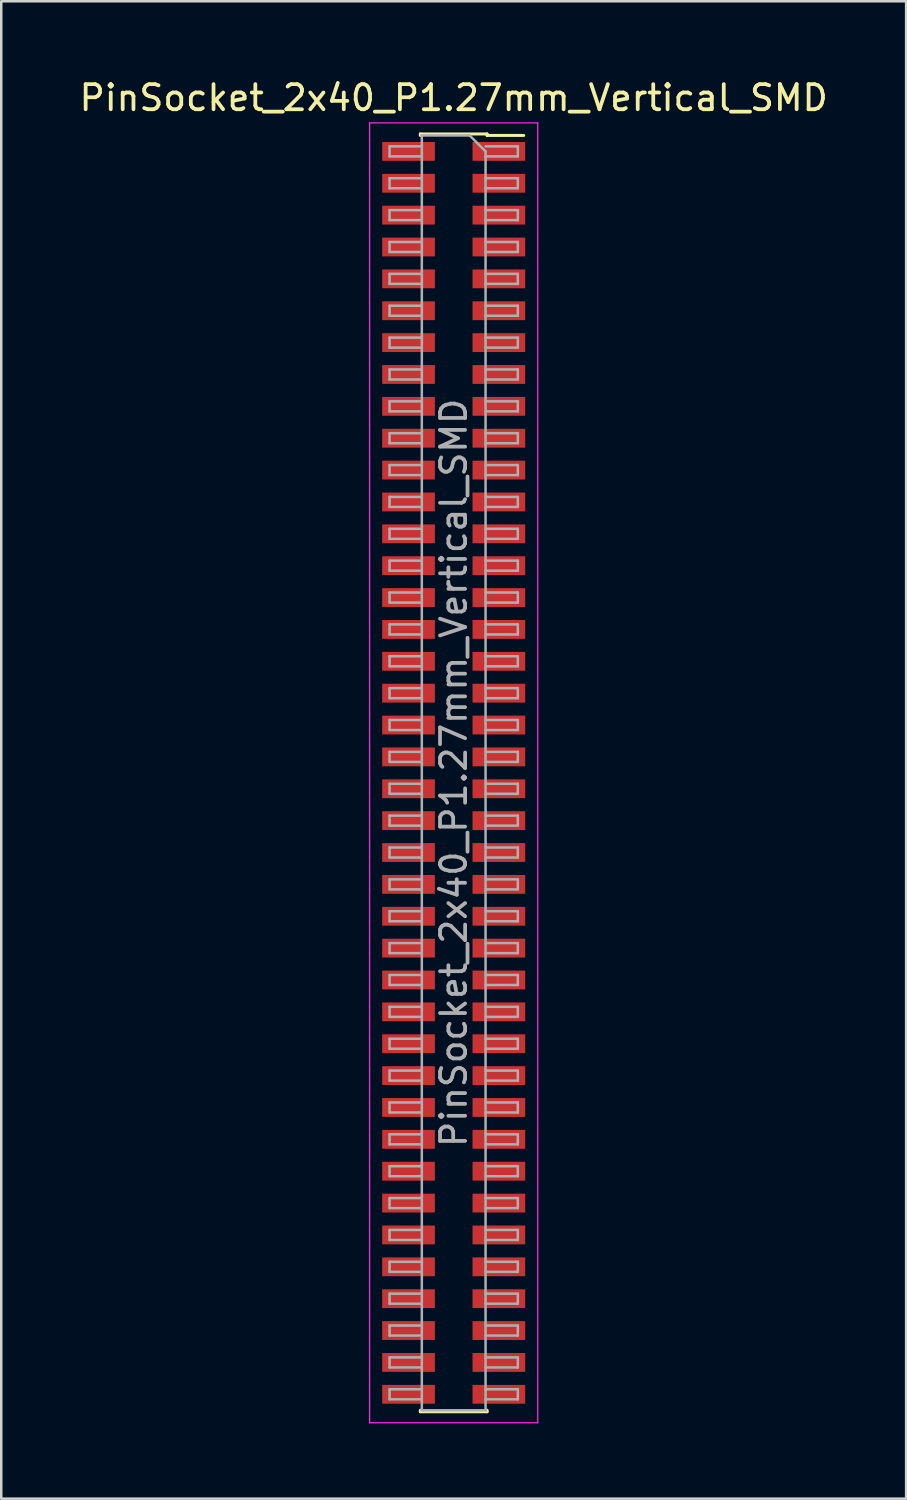
<source format=kicad_pcb>
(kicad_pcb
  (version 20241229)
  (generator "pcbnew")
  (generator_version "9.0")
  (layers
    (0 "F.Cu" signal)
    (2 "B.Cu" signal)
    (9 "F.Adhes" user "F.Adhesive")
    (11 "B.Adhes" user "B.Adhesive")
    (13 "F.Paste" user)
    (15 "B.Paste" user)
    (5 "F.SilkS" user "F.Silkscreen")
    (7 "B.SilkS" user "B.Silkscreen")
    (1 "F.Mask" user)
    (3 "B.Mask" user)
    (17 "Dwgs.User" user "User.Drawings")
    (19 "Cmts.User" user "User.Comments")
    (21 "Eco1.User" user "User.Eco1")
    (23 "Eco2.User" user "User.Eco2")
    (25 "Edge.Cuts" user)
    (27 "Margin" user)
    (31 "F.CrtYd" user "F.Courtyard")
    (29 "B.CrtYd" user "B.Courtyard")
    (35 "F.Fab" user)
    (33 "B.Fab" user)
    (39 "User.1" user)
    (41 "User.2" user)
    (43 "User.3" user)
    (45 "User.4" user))
  (footprint "PinSocket_2x40_P1.27mm_Vertical_SMD"
    (layer "F.Cu")
    (at 15.03 27.748)
    (property "Reference" "PinSocket_2x40_P1.27mm_Vertical_SMD" (at 0 -26.9 0) (layer "F.SilkS") (effects (font (size 1 1) (thickness 0.15))))
    (attr smd)
    (fp_line (start -1.33 -25.46) (end -1.33 -25.4) (stroke (width 0.12) (type solid)) (layer "F.SilkS"))
    (fp_line (start -1.33 -25.46) (end 1.33 -25.46) (stroke (width 0.12) (type solid)) (layer "F.SilkS"))
    (fp_line (start -1.33 25.4) (end -1.33 25.46) (stroke (width 0.12) (type solid)) (layer "F.SilkS"))
    (fp_line (start -1.33 25.46) (end 1.33 25.46) (stroke (width 0.12) (type solid)) (layer "F.SilkS"))
    (fp_line (start 1.33 -25.46) (end 1.33 -25.4) (stroke (width 0.12) (type solid)) (layer "F.SilkS"))
    (fp_line (start 1.33 -25.4) (end 2.79 -25.4) (stroke (width 0.12) (type solid)) (layer "F.SilkS"))
    (fp_line (start 1.33 25.4) (end 1.33 25.46) (stroke (width 0.12) (type solid)) (layer "F.SilkS"))
    (fp_line (start -3.35 -25.9) (end 3.35 -25.9) (stroke (width 0.05) (type solid)) (layer "F.CrtYd"))
    (fp_line (start -3.35 25.9) (end -3.35 -25.9) (stroke (width 0.05) (type solid)) (layer "F.CrtYd"))
    (fp_line (start 3.35 -25.9) (end 3.35 25.9) (stroke (width 0.05) (type solid)) (layer "F.CrtYd"))
    (fp_line (start 3.35 25.9) (end -3.35 25.9) (stroke (width 0.05) (type solid)) (layer "F.CrtYd"))
    (fp_line (start -2.555 -24.965) (end -1.27 -24.965) (stroke (width 0.1) (type solid)) (layer "F.Fab"))
    (fp_line (start -2.555 -24.565) (end -2.555 -24.965) (stroke (width 0.1) (type solid)) (layer "F.Fab"))
    (fp_line (start -2.555 -23.695) (end -1.27 -23.695) (stroke (width 0.1) (type solid)) (layer "F.Fab"))
    (fp_line (start -2.555 -23.295) (end -2.555 -23.695) (stroke (width 0.1) (type solid)) (layer "F.Fab"))
    (fp_line (start -2.555 -22.425) (end -1.27 -22.425) (stroke (width 0.1) (type solid)) (layer "F.Fab"))
    (fp_line (start -2.555 -22.025) (end -2.555 -22.425) (stroke (width 0.1) (type solid)) (layer "F.Fab"))
    (fp_line (start -2.555 -21.155) (end -1.27 -21.155) (stroke (width 0.1) (type solid)) (layer "F.Fab"))
    (fp_line (start -2.555 -20.755) (end -2.555 -21.155) (stroke (width 0.1) (type solid)) (layer "F.Fab"))
    (fp_line (start -2.555 -19.885) (end -1.27 -19.885) (stroke (width 0.1) (type solid)) (layer "F.Fab"))
    (fp_line (start -2.555 -19.485) (end -2.555 -19.885) (stroke (width 0.1) (type solid)) (layer "F.Fab"))
    (fp_line (start -2.555 -18.615) (end -1.27 -18.615) (stroke (width 0.1) (type solid)) (layer "F.Fab"))
    (fp_line (start -2.555 -18.215) (end -2.555 -18.615) (stroke (width 0.1) (type solid)) (layer "F.Fab"))
    (fp_line (start -2.555 -17.345) (end -1.27 -17.345) (stroke (width 0.1) (type solid)) (layer "F.Fab"))
    (fp_line (start -2.555 -16.945) (end -2.555 -17.345) (stroke (width 0.1) (type solid)) (layer "F.Fab"))
    (fp_line (start -2.555 -16.075) (end -1.27 -16.075) (stroke (width 0.1) (type solid)) (layer "F.Fab"))
    (fp_line (start -2.555 -15.675) (end -2.555 -16.075) (stroke (width 0.1) (type solid)) (layer "F.Fab"))
    (fp_line (start -2.555 -14.805) (end -1.27 -14.805) (stroke (width 0.1) (type solid)) (layer "F.Fab"))
    (fp_line (start -2.555 -14.405) (end -2.555 -14.805) (stroke (width 0.1) (type solid)) (layer "F.Fab"))
    (fp_line (start -2.555 -13.535) (end -1.27 -13.535) (stroke (width 0.1) (type solid)) (layer "F.Fab"))
    (fp_line (start -2.555 -13.135) (end -2.555 -13.535) (stroke (width 0.1) (type solid)) (layer "F.Fab"))
    (fp_line (start -2.555 -12.265) (end -1.27 -12.265) (stroke (width 0.1) (type solid)) (layer "F.Fab"))
    (fp_line (start -2.555 -11.865) (end -2.555 -12.265) (stroke (width 0.1) (type solid)) (layer "F.Fab"))
    (fp_line (start -2.555 -10.995) (end -1.27 -10.995) (stroke (width 0.1) (type solid)) (layer "F.Fab"))
    (fp_line (start -2.555 -10.595) (end -2.555 -10.995) (stroke (width 0.1) (type solid)) (layer "F.Fab"))
    (fp_line (start -2.555 -9.725) (end -1.27 -9.725) (stroke (width 0.1) (type solid)) (layer "F.Fab"))
    (fp_line (start -2.555 -9.325) (end -2.555 -9.725) (stroke (width 0.1) (type solid)) (layer "F.Fab"))
    (fp_line (start -2.555 -8.455) (end -1.27 -8.455) (stroke (width 0.1) (type solid)) (layer "F.Fab"))
    (fp_line (start -2.555 -8.055) (end -2.555 -8.455) (stroke (width 0.1) (type solid)) (layer "F.Fab"))
    (fp_line (start -2.555 -7.185) (end -1.27 -7.185) (stroke (width 0.1) (type solid)) (layer "F.Fab"))
    (fp_line (start -2.555 -6.785) (end -2.555 -7.185) (stroke (width 0.1) (type solid)) (layer "F.Fab"))
    (fp_line (start -2.555 -5.915) (end -1.27 -5.915) (stroke (width 0.1) (type solid)) (layer "F.Fab"))
    (fp_line (start -2.555 -5.515) (end -2.555 -5.915) (stroke (width 0.1) (type solid)) (layer "F.Fab"))
    (fp_line (start -2.555 -4.645) (end -1.27 -4.645) (stroke (width 0.1) (type solid)) (layer "F.Fab"))
    (fp_line (start -2.555 -4.245) (end -2.555 -4.645) (stroke (width 0.1) (type solid)) (layer "F.Fab"))
    (fp_line (start -2.555 -3.375) (end -1.27 -3.375) (stroke (width 0.1) (type solid)) (layer "F.Fab"))
    (fp_line (start -2.555 -2.975) (end -2.555 -3.375) (stroke (width 0.1) (type solid)) (layer "F.Fab"))
    (fp_line (start -2.555 -2.105) (end -1.27 -2.105) (stroke (width 0.1) (type solid)) (layer "F.Fab"))
    (fp_line (start -2.555 -1.705) (end -2.555 -2.105) (stroke (width 0.1) (type solid)) (layer "F.Fab"))
    (fp_line (start -2.555 -0.835) (end -1.27 -0.835) (stroke (width 0.1) (type solid)) (layer "F.Fab"))
    (fp_line (start -2.555 -0.435) (end -2.555 -0.835) (stroke (width 0.1) (type solid)) (layer "F.Fab"))
    (fp_line (start -2.555 0.435) (end -1.27 0.435) (stroke (width 0.1) (type solid)) (layer "F.Fab"))
    (fp_line (start -2.555 0.835) (end -2.555 0.435) (stroke (width 0.1) (type solid)) (layer "F.Fab"))
    (fp_line (start -2.555 1.705) (end -1.27 1.705) (stroke (width 0.1) (type solid)) (layer "F.Fab"))
    (fp_line (start -2.555 2.105) (end -2.555 1.705) (stroke (width 0.1) (type solid)) (layer "F.Fab"))
    (fp_line (start -2.555 2.975) (end -1.27 2.975) (stroke (width 0.1) (type solid)) (layer "F.Fab"))
    (fp_line (start -2.555 3.375) (end -2.555 2.975) (stroke (width 0.1) (type solid)) (layer "F.Fab"))
    (fp_line (start -2.555 4.245) (end -1.27 4.245) (stroke (width 0.1) (type solid)) (layer "F.Fab"))
    (fp_line (start -2.555 4.645) (end -2.555 4.245) (stroke (width 0.1) (type solid)) (layer "F.Fab"))
    (fp_line (start -2.555 5.515) (end -1.27 5.515) (stroke (width 0.1) (type solid)) (layer "F.Fab"))
    (fp_line (start -2.555 5.915) (end -2.555 5.515) (stroke (width 0.1) (type solid)) (layer "F.Fab"))
    (fp_line (start -2.555 6.785) (end -1.27 6.785) (stroke (width 0.1) (type solid)) (layer "F.Fab"))
    (fp_line (start -2.555 7.185) (end -2.555 6.785) (stroke (width 0.1) (type solid)) (layer "F.Fab"))
    (fp_line (start -2.555 8.055) (end -1.27 8.055) (stroke (width 0.1) (type solid)) (layer "F.Fab"))
    (fp_line (start -2.555 8.455) (end -2.555 8.055) (stroke (width 0.1) (type solid)) (layer "F.Fab"))
    (fp_line (start -2.555 9.325) (end -1.27 9.325) (stroke (width 0.1) (type solid)) (layer "F.Fab"))
    (fp_line (start -2.555 9.725) (end -2.555 9.325) (stroke (width 0.1) (type solid)) (layer "F.Fab"))
    (fp_line (start -2.555 10.595) (end -1.27 10.595) (stroke (width 0.1) (type solid)) (layer "F.Fab"))
    (fp_line (start -2.555 10.995) (end -2.555 10.595) (stroke (width 0.1) (type solid)) (layer "F.Fab"))
    (fp_line (start -2.555 11.865) (end -1.27 11.865) (stroke (width 0.1) (type solid)) (layer "F.Fab"))
    (fp_line (start -2.555 12.265) (end -2.555 11.865) (stroke (width 0.1) (type solid)) (layer "F.Fab"))
    (fp_line (start -2.555 13.135) (end -1.27 13.135) (stroke (width 0.1) (type solid)) (layer "F.Fab"))
    (fp_line (start -2.555 13.535) (end -2.555 13.135) (stroke (width 0.1) (type solid)) (layer "F.Fab"))
    (fp_line (start -2.555 14.405) (end -1.27 14.405) (stroke (width 0.1) (type solid)) (layer "F.Fab"))
    (fp_line (start -2.555 14.805) (end -2.555 14.405) (stroke (width 0.1) (type solid)) (layer "F.Fab"))
    (fp_line (start -2.555 15.675) (end -1.27 15.675) (stroke (width 0.1) (type solid)) (layer "F.Fab"))
    (fp_line (start -2.555 16.075) (end -2.555 15.675) (stroke (width 0.1) (type solid)) (layer "F.Fab"))
    (fp_line (start -2.555 16.945) (end -1.27 16.945) (stroke (width 0.1) (type solid)) (layer "F.Fab"))
    (fp_line (start -2.555 17.345) (end -2.555 16.945) (stroke (width 0.1) (type solid)) (layer "F.Fab"))
    (fp_line (start -2.555 18.215) (end -1.27 18.215) (stroke (width 0.1) (type solid)) (layer "F.Fab"))
    (fp_line (start -2.555 18.615) (end -2.555 18.215) (stroke (width 0.1) (type solid)) (layer "F.Fab"))
    (fp_line (start -2.555 19.485) (end -1.27 19.485) (stroke (width 0.1) (type solid)) (layer "F.Fab"))
    (fp_line (start -2.555 19.885) (end -2.555 19.485) (stroke (width 0.1) (type solid)) (layer "F.Fab"))
    (fp_line (start -2.555 20.755) (end -1.27 20.755) (stroke (width 0.1) (type solid)) (layer "F.Fab"))
    (fp_line (start -2.555 21.155) (end -2.555 20.755) (stroke (width 0.1) (type solid)) (layer "F.Fab"))
    (fp_line (start -2.555 22.025) (end -1.27 22.025) (stroke (width 0.1) (type solid)) (layer "F.Fab"))
    (fp_line (start -2.555 22.425) (end -2.555 22.025) (stroke (width 0.1) (type solid)) (layer "F.Fab"))
    (fp_line (start -2.555 23.295) (end -1.27 23.295) (stroke (width 0.1) (type solid)) (layer "F.Fab"))
    (fp_line (start -2.555 23.695) (end -2.555 23.295) (stroke (width 0.1) (type solid)) (layer "F.Fab"))
    (fp_line (start -2.555 24.565) (end -1.27 24.565) (stroke (width 0.1) (type solid)) (layer "F.Fab"))
    (fp_line (start -2.555 24.965) (end -2.555 24.565) (stroke (width 0.1) (type solid)) (layer "F.Fab"))
    (fp_line (start -1.27 -25.4) (end 0.635 -25.4) (stroke (width 0.1) (type solid)) (layer "F.Fab"))
    (fp_line (start -1.27 -24.565) (end -2.555 -24.565) (stroke (width 0.1) (type solid)) (layer "F.Fab"))
    (fp_line (start -1.27 -23.295) (end -2.555 -23.295) (stroke (width 0.1) (type solid)) (layer "F.Fab"))
    (fp_line (start -1.27 -22.025) (end -2.555 -22.025) (stroke (width 0.1) (type solid)) (layer "F.Fab"))
    (fp_line (start -1.27 -20.755) (end -2.555 -20.755) (stroke (width 0.1) (type solid)) (layer "F.Fab"))
    (fp_line (start -1.27 -19.485) (end -2.555 -19.485) (stroke (width 0.1) (type solid)) (layer "F.Fab"))
    (fp_line (start -1.27 -18.215) (end -2.555 -18.215) (stroke (width 0.1) (type solid)) (layer "F.Fab"))
    (fp_line (start -1.27 -16.945) (end -2.555 -16.945) (stroke (width 0.1) (type solid)) (layer "F.Fab"))
    (fp_line (start -1.27 -15.675) (end -2.555 -15.675) (stroke (width 0.1) (type solid)) (layer "F.Fab"))
    (fp_line (start -1.27 -14.405) (end -2.555 -14.405) (stroke (width 0.1) (type solid)) (layer "F.Fab"))
    (fp_line (start -1.27 -13.135) (end -2.555 -13.135) (stroke (width 0.1) (type solid)) (layer "F.Fab"))
    (fp_line (start -1.27 -11.865) (end -2.555 -11.865) (stroke (width 0.1) (type solid)) (layer "F.Fab"))
    (fp_line (start -1.27 -10.595) (end -2.555 -10.595) (stroke (width 0.1) (type solid)) (layer "F.Fab"))
    (fp_line (start -1.27 -9.325) (end -2.555 -9.325) (stroke (width 0.1) (type solid)) (layer "F.Fab"))
    (fp_line (start -1.27 -8.055) (end -2.555 -8.055) (stroke (width 0.1) (type solid)) (layer "F.Fab"))
    (fp_line (start -1.27 -6.785) (end -2.555 -6.785) (stroke (width 0.1) (type solid)) (layer "F.Fab"))
    (fp_line (start -1.27 -5.515) (end -2.555 -5.515) (stroke (width 0.1) (type solid)) (layer "F.Fab"))
    (fp_line (start -1.27 -4.245) (end -2.555 -4.245) (stroke (width 0.1) (type solid)) (layer "F.Fab"))
    (fp_line (start -1.27 -2.975) (end -2.555 -2.975) (stroke (width 0.1) (type solid)) (layer "F.Fab"))
    (fp_line (start -1.27 -1.705) (end -2.555 -1.705) (stroke (width 0.1) (type solid)) (layer "F.Fab"))
    (fp_line (start -1.27 -0.435) (end -2.555 -0.435) (stroke (width 0.1) (type solid)) (layer "F.Fab"))
    (fp_line (start -1.27 0.835) (end -2.555 0.835) (stroke (width 0.1) (type solid)) (layer "F.Fab"))
    (fp_line (start -1.27 2.105) (end -2.555 2.105) (stroke (width 0.1) (type solid)) (layer "F.Fab"))
    (fp_line (start -1.27 3.375) (end -2.555 3.375) (stroke (width 0.1) (type solid)) (layer "F.Fab"))
    (fp_line (start -1.27 4.645) (end -2.555 4.645) (stroke (width 0.1) (type solid)) (layer "F.Fab"))
    (fp_line (start -1.27 5.915) (end -2.555 5.915) (stroke (width 0.1) (type solid)) (layer "F.Fab"))
    (fp_line (start -1.27 7.185) (end -2.555 7.185) (stroke (width 0.1) (type solid)) (layer "F.Fab"))
    (fp_line (start -1.27 8.455) (end -2.555 8.455) (stroke (width 0.1) (type solid)) (layer "F.Fab"))
    (fp_line (start -1.27 9.725) (end -2.555 9.725) (stroke (width 0.1) (type solid)) (layer "F.Fab"))
    (fp_line (start -1.27 10.995) (end -2.555 10.995) (stroke (width 0.1) (type solid)) (layer "F.Fab"))
    (fp_line (start -1.27 12.265) (end -2.555 12.265) (stroke (width 0.1) (type solid)) (layer "F.Fab"))
    (fp_line (start -1.27 13.535) (end -2.555 13.535) (stroke (width 0.1) (type solid)) (layer "F.Fab"))
    (fp_line (start -1.27 14.805) (end -2.555 14.805) (stroke (width 0.1) (type solid)) (layer "F.Fab"))
    (fp_line (start -1.27 16.075) (end -2.555 16.075) (stroke (width 0.1) (type solid)) (layer "F.Fab"))
    (fp_line (start -1.27 17.345) (end -2.555 17.345) (stroke (width 0.1) (type solid)) (layer "F.Fab"))
    (fp_line (start -1.27 18.615) (end -2.555 18.615) (stroke (width 0.1) (type solid)) (layer "F.Fab"))
    (fp_line (start -1.27 19.885) (end -2.555 19.885) (stroke (width 0.1) (type solid)) (layer "F.Fab"))
    (fp_line (start -1.27 21.155) (end -2.555 21.155) (stroke (width 0.1) (type solid)) (layer "F.Fab"))
    (fp_line (start -1.27 22.425) (end -2.555 22.425) (stroke (width 0.1) (type solid)) (layer "F.Fab"))
    (fp_line (start -1.27 23.695) (end -2.555 23.695) (stroke (width 0.1) (type solid)) (layer "F.Fab"))
    (fp_line (start -1.27 24.965) (end -2.555 24.965) (stroke (width 0.1) (type solid)) (layer "F.Fab"))
    (fp_line (start -1.27 25.4) (end -1.27 -25.4) (stroke (width 0.1) (type solid)) (layer "F.Fab"))
    (fp_line (start 0.635 -25.4) (end 1.27 -24.765) (stroke (width 0.1) (type solid)) (layer "F.Fab"))
    (fp_line (start 1.27 -24.965) (end 2.555 -24.965) (stroke (width 0.1) (type solid)) (layer "F.Fab"))
    (fp_line (start 1.27 -24.765) (end 1.27 25.4) (stroke (width 0.1) (type solid)) (layer "F.Fab"))
    (fp_line (start 1.27 -23.695) (end 2.555 -23.695) (stroke (width 0.1) (type solid)) (layer "F.Fab"))
    (fp_line (start 1.27 -22.425) (end 2.555 -22.425) (stroke (width 0.1) (type solid)) (layer "F.Fab"))
    (fp_line (start 1.27 -21.155) (end 2.555 -21.155) (stroke (width 0.1) (type solid)) (layer "F.Fab"))
    (fp_line (start 1.27 -19.885) (end 2.555 -19.885) (stroke (width 0.1) (type solid)) (layer "F.Fab"))
    (fp_line (start 1.27 -18.615) (end 2.555 -18.615) (stroke (width 0.1) (type solid)) (layer "F.Fab"))
    (fp_line (start 1.27 -17.345) (end 2.555 -17.345) (stroke (width 0.1) (type solid)) (layer "F.Fab"))
    (fp_line (start 1.27 -16.075) (end 2.555 -16.075) (stroke (width 0.1) (type solid)) (layer "F.Fab"))
    (fp_line (start 1.27 -14.805) (end 2.555 -14.805) (stroke (width 0.1) (type solid)) (layer "F.Fab"))
    (fp_line (start 1.27 -13.535) (end 2.555 -13.535) (stroke (width 0.1) (type solid)) (layer "F.Fab"))
    (fp_line (start 1.27 -12.265) (end 2.555 -12.265) (stroke (width 0.1) (type solid)) (layer "F.Fab"))
    (fp_line (start 1.27 -10.995) (end 2.555 -10.995) (stroke (width 0.1) (type solid)) (layer "F.Fab"))
    (fp_line (start 1.27 -9.725) (end 2.555 -9.725) (stroke (width 0.1) (type solid)) (layer "F.Fab"))
    (fp_line (start 1.27 -8.455) (end 2.555 -8.455) (stroke (width 0.1) (type solid)) (layer "F.Fab"))
    (fp_line (start 1.27 -7.185) (end 2.555 -7.185) (stroke (width 0.1) (type solid)) (layer "F.Fab"))
    (fp_line (start 1.27 -5.915) (end 2.555 -5.915) (stroke (width 0.1) (type solid)) (layer "F.Fab"))
    (fp_line (start 1.27 -4.645) (end 2.555 -4.645) (stroke (width 0.1) (type solid)) (layer "F.Fab"))
    (fp_line (start 1.27 -3.375) (end 2.555 -3.375) (stroke (width 0.1) (type solid)) (layer "F.Fab"))
    (fp_line (start 1.27 -2.105) (end 2.555 -2.105) (stroke (width 0.1) (type solid)) (layer "F.Fab"))
    (fp_line (start 1.27 -0.835) (end 2.555 -0.835) (stroke (width 0.1) (type solid)) (layer "F.Fab"))
    (fp_line (start 1.27 0.435) (end 2.555 0.435) (stroke (width 0.1) (type solid)) (layer "F.Fab"))
    (fp_line (start 1.27 1.705) (end 2.555 1.705) (stroke (width 0.1) (type solid)) (layer "F.Fab"))
    (fp_line (start 1.27 2.975) (end 2.555 2.975) (stroke (width 0.1) (type solid)) (layer "F.Fab"))
    (fp_line (start 1.27 4.245) (end 2.555 4.245) (stroke (width 0.1) (type solid)) (layer "F.Fab"))
    (fp_line (start 1.27 5.515) (end 2.555 5.515) (stroke (width 0.1) (type solid)) (layer "F.Fab"))
    (fp_line (start 1.27 6.785) (end 2.555 6.785) (stroke (width 0.1) (type solid)) (layer "F.Fab"))
    (fp_line (start 1.27 8.055) (end 2.555 8.055) (stroke (width 0.1) (type solid)) (layer "F.Fab"))
    (fp_line (start 1.27 9.325) (end 2.555 9.325) (stroke (width 0.1) (type solid)) (layer "F.Fab"))
    (fp_line (start 1.27 10.595) (end 2.555 10.595) (stroke (width 0.1) (type solid)) (layer "F.Fab"))
    (fp_line (start 1.27 11.865) (end 2.555 11.865) (stroke (width 0.1) (type solid)) (layer "F.Fab"))
    (fp_line (start 1.27 13.135) (end 2.555 13.135) (stroke (width 0.1) (type solid)) (layer "F.Fab"))
    (fp_line (start 1.27 14.405) (end 2.555 14.405) (stroke (width 0.1) (type solid)) (layer "F.Fab"))
    (fp_line (start 1.27 15.675) (end 2.555 15.675) (stroke (width 0.1) (type solid)) (layer "F.Fab"))
    (fp_line (start 1.27 16.945) (end 2.555 16.945) (stroke (width 0.1) (type solid)) (layer "F.Fab"))
    (fp_line (start 1.27 18.215) (end 2.555 18.215) (stroke (width 0.1) (type solid)) (layer "F.Fab"))
    (fp_line (start 1.27 19.485) (end 2.555 19.485) (stroke (width 0.1) (type solid)) (layer "F.Fab"))
    (fp_line (start 1.27 20.755) (end 2.555 20.755) (stroke (width 0.1) (type solid)) (layer "F.Fab"))
    (fp_line (start 1.27 22.025) (end 2.555 22.025) (stroke (width 0.1) (type solid)) (layer "F.Fab"))
    (fp_line (start 1.27 23.295) (end 2.555 23.295) (stroke (width 0.1) (type solid)) (layer "F.Fab"))
    (fp_line (start 1.27 24.565) (end 2.555 24.565) (stroke (width 0.1) (type solid)) (layer "F.Fab"))
    (fp_line (start 1.27 25.4) (end -1.27 25.4) (stroke (width 0.1) (type solid)) (layer "F.Fab"))
    (fp_line (start 2.555 -24.965) (end 2.555 -24.565) (stroke (width 0.1) (type solid)) (layer "F.Fab"))
    (fp_line (start 2.555 -24.565) (end 1.27 -24.565) (stroke (width 0.1) (type solid)) (layer "F.Fab"))
    (fp_line (start 2.555 -23.695) (end 2.555 -23.295) (stroke (width 0.1) (type solid)) (layer "F.Fab"))
    (fp_line (start 2.555 -23.295) (end 1.27 -23.295) (stroke (width 0.1) (type solid)) (layer "F.Fab"))
    (fp_line (start 2.555 -22.425) (end 2.555 -22.025) (stroke (width 0.1) (type solid)) (layer "F.Fab"))
    (fp_line (start 2.555 -22.025) (end 1.27 -22.025) (stroke (width 0.1) (type solid)) (layer "F.Fab"))
    (fp_line (start 2.555 -21.155) (end 2.555 -20.755) (stroke (width 0.1) (type solid)) (layer "F.Fab"))
    (fp_line (start 2.555 -20.755) (end 1.27 -20.755) (stroke (width 0.1) (type solid)) (layer "F.Fab"))
    (fp_line (start 2.555 -19.885) (end 2.555 -19.485) (stroke (width 0.1) (type solid)) (layer "F.Fab"))
    (fp_line (start 2.555 -19.485) (end 1.27 -19.485) (stroke (width 0.1) (type solid)) (layer "F.Fab"))
    (fp_line (start 2.555 -18.615) (end 2.555 -18.215) (stroke (width 0.1) (type solid)) (layer "F.Fab"))
    (fp_line (start 2.555 -18.215) (end 1.27 -18.215) (stroke (width 0.1) (type solid)) (layer "F.Fab"))
    (fp_line (start 2.555 -17.345) (end 2.555 -16.945) (stroke (width 0.1) (type solid)) (layer "F.Fab"))
    (fp_line (start 2.555 -16.945) (end 1.27 -16.945) (stroke (width 0.1) (type solid)) (layer "F.Fab"))
    (fp_line (start 2.555 -16.075) (end 2.555 -15.675) (stroke (width 0.1) (type solid)) (layer "F.Fab"))
    (fp_line (start 2.555 -15.675) (end 1.27 -15.675) (stroke (width 0.1) (type solid)) (layer "F.Fab"))
    (fp_line (start 2.555 -14.805) (end 2.555 -14.405) (stroke (width 0.1) (type solid)) (layer "F.Fab"))
    (fp_line (start 2.555 -14.405) (end 1.27 -14.405) (stroke (width 0.1) (type solid)) (layer "F.Fab"))
    (fp_line (start 2.555 -13.535) (end 2.555 -13.135) (stroke (width 0.1) (type solid)) (layer "F.Fab"))
    (fp_line (start 2.555 -13.135) (end 1.27 -13.135) (stroke (width 0.1) (type solid)) (layer "F.Fab"))
    (fp_line (start 2.555 -12.265) (end 2.555 -11.865) (stroke (width 0.1) (type solid)) (layer "F.Fab"))
    (fp_line (start 2.555 -11.865) (end 1.27 -11.865) (stroke (width 0.1) (type solid)) (layer "F.Fab"))
    (fp_line (start 2.555 -10.995) (end 2.555 -10.595) (stroke (width 0.1) (type solid)) (layer "F.Fab"))
    (fp_line (start 2.555 -10.595) (end 1.27 -10.595) (stroke (width 0.1) (type solid)) (layer "F.Fab"))
    (fp_line (start 2.555 -9.725) (end 2.555 -9.325) (stroke (width 0.1) (type solid)) (layer "F.Fab"))
    (fp_line (start 2.555 -9.325) (end 1.27 -9.325) (stroke (width 0.1) (type solid)) (layer "F.Fab"))
    (fp_line (start 2.555 -8.455) (end 2.555 -8.055) (stroke (width 0.1) (type solid)) (layer "F.Fab"))
    (fp_line (start 2.555 -8.055) (end 1.27 -8.055) (stroke (width 0.1) (type solid)) (layer "F.Fab"))
    (fp_line (start 2.555 -7.185) (end 2.555 -6.785) (stroke (width 0.1) (type solid)) (layer "F.Fab"))
    (fp_line (start 2.555 -6.785) (end 1.27 -6.785) (stroke (width 0.1) (type solid)) (layer "F.Fab"))
    (fp_line (start 2.555 -5.915) (end 2.555 -5.515) (stroke (width 0.1) (type solid)) (layer "F.Fab"))
    (fp_line (start 2.555 -5.515) (end 1.27 -5.515) (stroke (width 0.1) (type solid)) (layer "F.Fab"))
    (fp_line (start 2.555 -4.645) (end 2.555 -4.245) (stroke (width 0.1) (type solid)) (layer "F.Fab"))
    (fp_line (start 2.555 -4.245) (end 1.27 -4.245) (stroke (width 0.1) (type solid)) (layer "F.Fab"))
    (fp_line (start 2.555 -3.375) (end 2.555 -2.975) (stroke (width 0.1) (type solid)) (layer "F.Fab"))
    (fp_line (start 2.555 -2.975) (end 1.27 -2.975) (stroke (width 0.1) (type solid)) (layer "F.Fab"))
    (fp_line (start 2.555 -2.105) (end 2.555 -1.705) (stroke (width 0.1) (type solid)) (layer "F.Fab"))
    (fp_line (start 2.555 -1.705) (end 1.27 -1.705) (stroke (width 0.1) (type solid)) (layer "F.Fab"))
    (fp_line (start 2.555 -0.835) (end 2.555 -0.435) (stroke (width 0.1) (type solid)) (layer "F.Fab"))
    (fp_line (start 2.555 -0.435) (end 1.27 -0.435) (stroke (width 0.1) (type solid)) (layer "F.Fab"))
    (fp_line (start 2.555 0.435) (end 2.555 0.835) (stroke (width 0.1) (type solid)) (layer "F.Fab"))
    (fp_line (start 2.555 0.835) (end 1.27 0.835) (stroke (width 0.1) (type solid)) (layer "F.Fab"))
    (fp_line (start 2.555 1.705) (end 2.555 2.105) (stroke (width 0.1) (type solid)) (layer "F.Fab"))
    (fp_line (start 2.555 2.105) (end 1.27 2.105) (stroke (width 0.1) (type solid)) (layer "F.Fab"))
    (fp_line (start 2.555 2.975) (end 2.555 3.375) (stroke (width 0.1) (type solid)) (layer "F.Fab"))
    (fp_line (start 2.555 3.375) (end 1.27 3.375) (stroke (width 0.1) (type solid)) (layer "F.Fab"))
    (fp_line (start 2.555 4.245) (end 2.555 4.645) (stroke (width 0.1) (type solid)) (layer "F.Fab"))
    (fp_line (start 2.555 4.645) (end 1.27 4.645) (stroke (width 0.1) (type solid)) (layer "F.Fab"))
    (fp_line (start 2.555 5.515) (end 2.555 5.915) (stroke (width 0.1) (type solid)) (layer "F.Fab"))
    (fp_line (start 2.555 5.915) (end 1.27 5.915) (stroke (width 0.1) (type solid)) (layer "F.Fab"))
    (fp_line (start 2.555 6.785) (end 2.555 7.185) (stroke (width 0.1) (type solid)) (layer "F.Fab"))
    (fp_line (start 2.555 7.185) (end 1.27 7.185) (stroke (width 0.1) (type solid)) (layer "F.Fab"))
    (fp_line (start 2.555 8.055) (end 2.555 8.455) (stroke (width 0.1) (type solid)) (layer "F.Fab"))
    (fp_line (start 2.555 8.455) (end 1.27 8.455) (stroke (width 0.1) (type solid)) (layer "F.Fab"))
    (fp_line (start 2.555 9.325) (end 2.555 9.725) (stroke (width 0.1) (type solid)) (layer "F.Fab"))
    (fp_line (start 2.555 9.725) (end 1.27 9.725) (stroke (width 0.1) (type solid)) (layer "F.Fab"))
    (fp_line (start 2.555 10.595) (end 2.555 10.995) (stroke (width 0.1) (type solid)) (layer "F.Fab"))
    (fp_line (start 2.555 10.995) (end 1.27 10.995) (stroke (width 0.1) (type solid)) (layer "F.Fab"))
    (fp_line (start 2.555 11.865) (end 2.555 12.265) (stroke (width 0.1) (type solid)) (layer "F.Fab"))
    (fp_line (start 2.555 12.265) (end 1.27 12.265) (stroke (width 0.1) (type solid)) (layer "F.Fab"))
    (fp_line (start 2.555 13.135) (end 2.555 13.535) (stroke (width 0.1) (type solid)) (layer "F.Fab"))
    (fp_line (start 2.555 13.535) (end 1.27 13.535) (stroke (width 0.1) (type solid)) (layer "F.Fab"))
    (fp_line (start 2.555 14.405) (end 2.555 14.805) (stroke (width 0.1) (type solid)) (layer "F.Fab"))
    (fp_line (start 2.555 14.805) (end 1.27 14.805) (stroke (width 0.1) (type solid)) (layer "F.Fab"))
    (fp_line (start 2.555 15.675) (end 2.555 16.075) (stroke (width 0.1) (type solid)) (layer "F.Fab"))
    (fp_line (start 2.555 16.075) (end 1.27 16.075) (stroke (width 0.1) (type solid)) (layer "F.Fab"))
    (fp_line (start 2.555 16.945) (end 2.555 17.345) (stroke (width 0.1) (type solid)) (layer "F.Fab"))
    (fp_line (start 2.555 17.345) (end 1.27 17.345) (stroke (width 0.1) (type solid)) (layer "F.Fab"))
    (fp_line (start 2.555 18.215) (end 2.555 18.615) (stroke (width 0.1) (type solid)) (layer "F.Fab"))
    (fp_line (start 2.555 18.615) (end 1.27 18.615) (stroke (width 0.1) (type solid)) (layer "F.Fab"))
    (fp_line (start 2.555 19.485) (end 2.555 19.885) (stroke (width 0.1) (type solid)) (layer "F.Fab"))
    (fp_line (start 2.555 19.885) (end 1.27 19.885) (stroke (width 0.1) (type solid)) (layer "F.Fab"))
    (fp_line (start 2.555 20.755) (end 2.555 21.155) (stroke (width 0.1) (type solid)) (layer "F.Fab"))
    (fp_line (start 2.555 21.155) (end 1.27 21.155) (stroke (width 0.1) (type solid)) (layer "F.Fab"))
    (fp_line (start 2.555 22.025) (end 2.555 22.425) (stroke (width 0.1) (type solid)) (layer "F.Fab"))
    (fp_line (start 2.555 22.425) (end 1.27 22.425) (stroke (width 0.1) (type solid)) (layer "F.Fab"))
    (fp_line (start 2.555 23.295) (end 2.555 23.695) (stroke (width 0.1) (type solid)) (layer "F.Fab"))
    (fp_line (start 2.555 23.695) (end 1.27 23.695) (stroke (width 0.1) (type solid)) (layer "F.Fab"))
    (fp_line (start 2.555 24.565) (end 2.555 24.965) (stroke (width 0.1) (type solid)) (layer "F.Fab"))
    (fp_line (start 2.555 24.965) (end 1.27 24.965) (stroke (width 0.1) (type solid)) (layer "F.Fab"))
    (fp_text user "${REFERENCE}" (at 0 0 90) (layer "F.Fab") (effects (font (size 1 1) (thickness 0.15))))
    (pad "1" smd rect (at 1.8 -24.765) (size 2.1 0.75) (layers "F.Cu" "F.Mask" "F.Paste"))
    (pad "2" smd rect (at -1.8 -24.765) (size 2.1 0.75) (layers "F.Cu" "F.Mask" "F.Paste"))
    (pad "3" smd rect (at 1.8 -23.495) (size 2.1 0.75) (layers "F.Cu" "F.Mask" "F.Paste"))
    (pad "4" smd rect (at -1.8 -23.495) (size 2.1 0.75) (layers "F.Cu" "F.Mask" "F.Paste"))
    (pad "5" smd rect (at 1.8 -22.225) (size 2.1 0.75) (layers "F.Cu" "F.Mask" "F.Paste"))
    (pad "6" smd rect (at -1.8 -22.225) (size 2.1 0.75) (layers "F.Cu" "F.Mask" "F.Paste"))
    (pad "7" smd rect (at 1.8 -20.955) (size 2.1 0.75) (layers "F.Cu" "F.Mask" "F.Paste"))
    (pad "8" smd rect (at -1.8 -20.955) (size 2.1 0.75) (layers "F.Cu" "F.Mask" "F.Paste"))
    (pad "9" smd rect (at 1.8 -19.685) (size 2.1 0.75) (layers "F.Cu" "F.Mask" "F.Paste"))
    (pad "10" smd rect (at -1.8 -19.685) (size 2.1 0.75) (layers "F.Cu" "F.Mask" "F.Paste"))
    (pad "11" smd rect (at 1.8 -18.415) (size 2.1 0.75) (layers "F.Cu" "F.Mask" "F.Paste"))
    (pad "12" smd rect (at -1.8 -18.415) (size 2.1 0.75) (layers "F.Cu" "F.Mask" "F.Paste"))
    (pad "13" smd rect (at 1.8 -17.145) (size 2.1 0.75) (layers "F.Cu" "F.Mask" "F.Paste"))
    (pad "14" smd rect (at -1.8 -17.145) (size 2.1 0.75) (layers "F.Cu" "F.Mask" "F.Paste"))
    (pad "15" smd rect (at 1.8 -15.875) (size 2.1 0.75) (layers "F.Cu" "F.Mask" "F.Paste"))
    (pad "16" smd rect (at -1.8 -15.875) (size 2.1 0.75) (layers "F.Cu" "F.Mask" "F.Paste"))
    (pad "17" smd rect (at 1.8 -14.605) (size 2.1 0.75) (layers "F.Cu" "F.Mask" "F.Paste"))
    (pad "18" smd rect (at -1.8 -14.605) (size 2.1 0.75) (layers "F.Cu" "F.Mask" "F.Paste"))
    (pad "19" smd rect (at 1.8 -13.335) (size 2.1 0.75) (layers "F.Cu" "F.Mask" "F.Paste"))
    (pad "20" smd rect (at -1.8 -13.335) (size 2.1 0.75) (layers "F.Cu" "F.Mask" "F.Paste"))
    (pad "21" smd rect (at 1.8 -12.065) (size 2.1 0.75) (layers "F.Cu" "F.Mask" "F.Paste"))
    (pad "22" smd rect (at -1.8 -12.065) (size 2.1 0.75) (layers "F.Cu" "F.Mask" "F.Paste"))
    (pad "23" smd rect (at 1.8 -10.795) (size 2.1 0.75) (layers "F.Cu" "F.Mask" "F.Paste"))
    (pad "24" smd rect (at -1.8 -10.795) (size 2.1 0.75) (layers "F.Cu" "F.Mask" "F.Paste"))
    (pad "25" smd rect (at 1.8 -9.525) (size 2.1 0.75) (layers "F.Cu" "F.Mask" "F.Paste"))
    (pad "26" smd rect (at -1.8 -9.525) (size 2.1 0.75) (layers "F.Cu" "F.Mask" "F.Paste"))
    (pad "27" smd rect (at 1.8 -8.255) (size 2.1 0.75) (layers "F.Cu" "F.Mask" "F.Paste"))
    (pad "28" smd rect (at -1.8 -8.255) (size 2.1 0.75) (layers "F.Cu" "F.Mask" "F.Paste"))
    (pad "29" smd rect (at 1.8 -6.985) (size 2.1 0.75) (layers "F.Cu" "F.Mask" "F.Paste"))
    (pad "30" smd rect (at -1.8 -6.985) (size 2.1 0.75) (layers "F.Cu" "F.Mask" "F.Paste"))
    (pad "31" smd rect (at 1.8 -5.715) (size 2.1 0.75) (layers "F.Cu" "F.Mask" "F.Paste"))
    (pad "32" smd rect (at -1.8 -5.715) (size 2.1 0.75) (layers "F.Cu" "F.Mask" "F.Paste"))
    (pad "33" smd rect (at 1.8 -4.445) (size 2.1 0.75) (layers "F.Cu" "F.Mask" "F.Paste"))
    (pad "34" smd rect (at -1.8 -4.445) (size 2.1 0.75) (layers "F.Cu" "F.Mask" "F.Paste"))
    (pad "35" smd rect (at 1.8 -3.175) (size 2.1 0.75) (layers "F.Cu" "F.Mask" "F.Paste"))
    (pad "36" smd rect (at -1.8 -3.175) (size 2.1 0.75) (layers "F.Cu" "F.Mask" "F.Paste"))
    (pad "37" smd rect (at 1.8 -1.905) (size 2.1 0.75) (layers "F.Cu" "F.Mask" "F.Paste"))
    (pad "38" smd rect (at -1.8 -1.905) (size 2.1 0.75) (layers "F.Cu" "F.Mask" "F.Paste"))
    (pad "39" smd rect (at 1.8 -0.635) (size 2.1 0.75) (layers "F.Cu" "F.Mask" "F.Paste"))
    (pad "40" smd rect (at -1.8 -0.635) (size 2.1 0.75) (layers "F.Cu" "F.Mask" "F.Paste"))
    (pad "41" smd rect (at 1.8 0.635) (size 2.1 0.75) (layers "F.Cu" "F.Mask" "F.Paste"))
    (pad "42" smd rect (at -1.8 0.635) (size 2.1 0.75) (layers "F.Cu" "F.Mask" "F.Paste"))
    (pad "43" smd rect (at 1.8 1.905) (size 2.1 0.75) (layers "F.Cu" "F.Mask" "F.Paste"))
    (pad "44" smd rect (at -1.8 1.905) (size 2.1 0.75) (layers "F.Cu" "F.Mask" "F.Paste"))
    (pad "45" smd rect (at 1.8 3.175) (size 2.1 0.75) (layers "F.Cu" "F.Mask" "F.Paste"))
    (pad "46" smd rect (at -1.8 3.175) (size 2.1 0.75) (layers "F.Cu" "F.Mask" "F.Paste"))
    (pad "47" smd rect (at 1.8 4.445) (size 2.1 0.75) (layers "F.Cu" "F.Mask" "F.Paste"))
    (pad "48" smd rect (at -1.8 4.445) (size 2.1 0.75) (layers "F.Cu" "F.Mask" "F.Paste"))
    (pad "49" smd rect (at 1.8 5.715) (size 2.1 0.75) (layers "F.Cu" "F.Mask" "F.Paste"))
    (pad "50" smd rect (at -1.8 5.715) (size 2.1 0.75) (layers "F.Cu" "F.Mask" "F.Paste"))
    (pad "51" smd rect (at 1.8 6.985) (size 2.1 0.75) (layers "F.Cu" "F.Mask" "F.Paste"))
    (pad "52" smd rect (at -1.8 6.985) (size 2.1 0.75) (layers "F.Cu" "F.Mask" "F.Paste"))
    (pad "53" smd rect (at 1.8 8.255) (size 2.1 0.75) (layers "F.Cu" "F.Mask" "F.Paste"))
    (pad "54" smd rect (at -1.8 8.255) (size 2.1 0.75) (layers "F.Cu" "F.Mask" "F.Paste"))
    (pad "55" smd rect (at 1.8 9.525) (size 2.1 0.75) (layers "F.Cu" "F.Mask" "F.Paste"))
    (pad "56" smd rect (at -1.8 9.525) (size 2.1 0.75) (layers "F.Cu" "F.Mask" "F.Paste"))
    (pad "57" smd rect (at 1.8 10.795) (size 2.1 0.75) (layers "F.Cu" "F.Mask" "F.Paste"))
    (pad "58" smd rect (at -1.8 10.795) (size 2.1 0.75) (layers "F.Cu" "F.Mask" "F.Paste"))
    (pad "59" smd rect (at 1.8 12.065) (size 2.1 0.75) (layers "F.Cu" "F.Mask" "F.Paste"))
    (pad "60" smd rect (at -1.8 12.065) (size 2.1 0.75) (layers "F.Cu" "F.Mask" "F.Paste"))
    (pad "61" smd rect (at 1.8 13.335) (size 2.1 0.75) (layers "F.Cu" "F.Mask" "F.Paste"))
    (pad "62" smd rect (at -1.8 13.335) (size 2.1 0.75) (layers "F.Cu" "F.Mask" "F.Paste"))
    (pad "63" smd rect (at 1.8 14.605) (size 2.1 0.75) (layers "F.Cu" "F.Mask" "F.Paste"))
    (pad "64" smd rect (at -1.8 14.605) (size 2.1 0.75) (layers "F.Cu" "F.Mask" "F.Paste"))
    (pad "65" smd rect (at 1.8 15.875) (size 2.1 0.75) (layers "F.Cu" "F.Mask" "F.Paste"))
    (pad "66" smd rect (at -1.8 15.875) (size 2.1 0.75) (layers "F.Cu" "F.Mask" "F.Paste"))
    (pad "67" smd rect (at 1.8 17.145) (size 2.1 0.75) (layers "F.Cu" "F.Mask" "F.Paste"))
    (pad "68" smd rect (at -1.8 17.145) (size 2.1 0.75) (layers "F.Cu" "F.Mask" "F.Paste"))
    (pad "69" smd rect (at 1.8 18.415) (size 2.1 0.75) (layers "F.Cu" "F.Mask" "F.Paste"))
    (pad "70" smd rect (at -1.8 18.415) (size 2.1 0.75) (layers "F.Cu" "F.Mask" "F.Paste"))
    (pad "71" smd rect (at 1.8 19.685) (size 2.1 0.75) (layers "F.Cu" "F.Mask" "F.Paste"))
    (pad "72" smd rect (at -1.8 19.685) (size 2.1 0.75) (layers "F.Cu" "F.Mask" "F.Paste"))
    (pad "73" smd rect (at 1.8 20.955) (size 2.1 0.75) (layers "F.Cu" "F.Mask" "F.Paste"))
    (pad "74" smd rect (at -1.8 20.955) (size 2.1 0.75) (layers "F.Cu" "F.Mask" "F.Paste"))
    (pad "75" smd rect (at 1.8 22.225) (size 2.1 0.75) (layers "F.Cu" "F.Mask" "F.Paste"))
    (pad "76" smd rect (at -1.8 22.225) (size 2.1 0.75) (layers "F.Cu" "F.Mask" "F.Paste"))
    (pad "77" smd rect (at 1.8 23.495) (size 2.1 0.75) (layers "F.Cu" "F.Mask" "F.Paste"))
    (pad "78" smd rect (at -1.8 23.495) (size 2.1 0.75) (layers "F.Cu" "F.Mask" "F.Paste"))
    (pad "79" smd rect (at 1.8 24.765) (size 2.1 0.75) (layers "F.Cu" "F.Mask" "F.Paste"))
    (pad "80" smd rect (at -1.8 24.765) (size 2.1 0.75) (layers "F.Cu" "F.Mask" "F.Paste")))
  (gr_rect
    (start -3 -3)
    (end 33.06 56.673)
    (stroke (width 0.1) (type default))
    (fill no)
    (layer "Edge.Cuts")))
</source>
